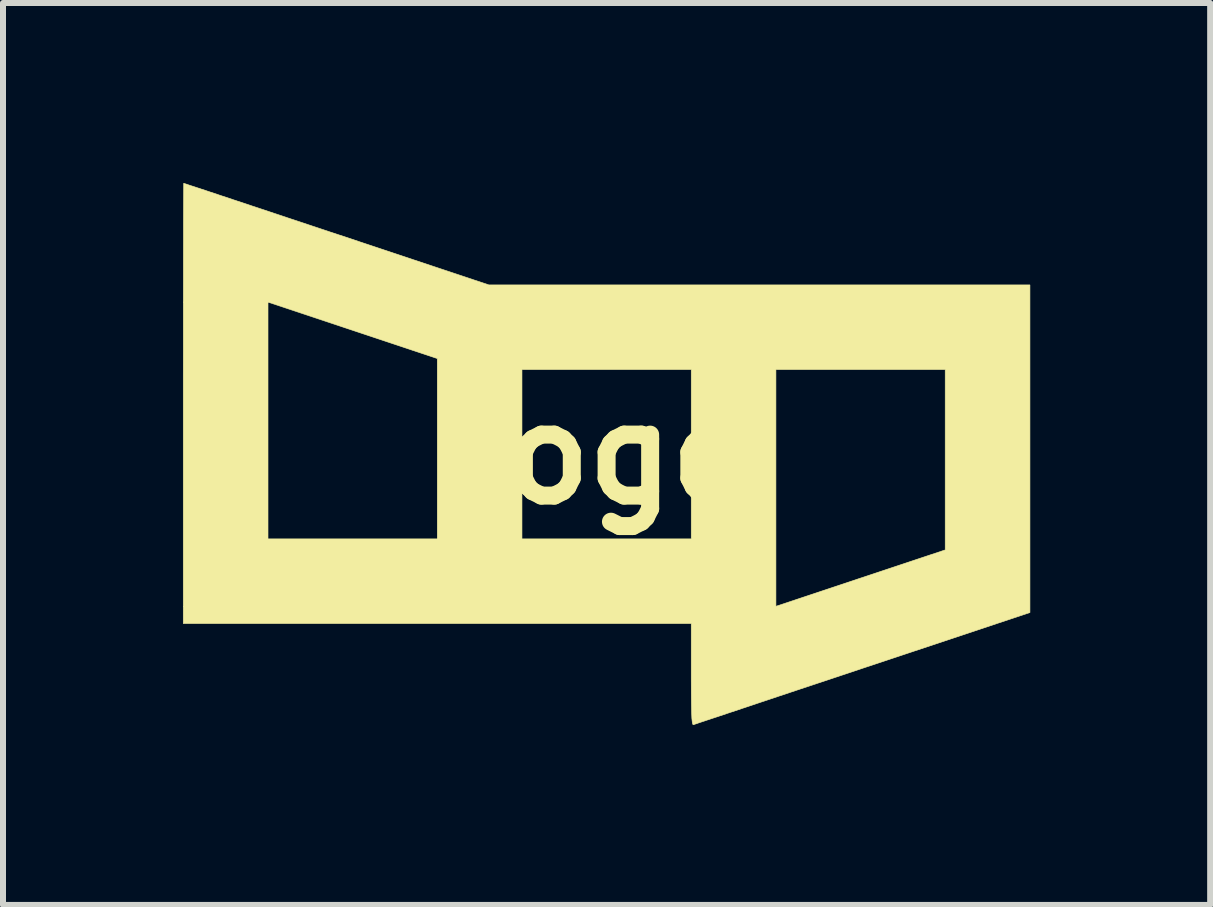
<source format=kicad_pcb>
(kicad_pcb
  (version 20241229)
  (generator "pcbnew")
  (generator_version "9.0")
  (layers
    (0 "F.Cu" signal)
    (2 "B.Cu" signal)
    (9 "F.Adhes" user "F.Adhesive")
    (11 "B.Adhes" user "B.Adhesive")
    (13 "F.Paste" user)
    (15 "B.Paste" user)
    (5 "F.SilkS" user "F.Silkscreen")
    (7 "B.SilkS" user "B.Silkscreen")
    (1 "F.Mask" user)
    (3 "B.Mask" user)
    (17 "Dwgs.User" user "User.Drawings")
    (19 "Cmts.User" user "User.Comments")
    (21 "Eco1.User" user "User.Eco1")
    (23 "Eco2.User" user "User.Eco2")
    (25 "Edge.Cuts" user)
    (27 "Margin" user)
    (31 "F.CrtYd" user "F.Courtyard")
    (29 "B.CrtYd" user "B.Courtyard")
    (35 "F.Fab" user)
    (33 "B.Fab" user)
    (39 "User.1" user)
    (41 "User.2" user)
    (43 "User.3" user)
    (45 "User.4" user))
  (footprint "logo"
    (layer "F.Cu")
    (at 7.061 4.521)
    (property "Reference" "logo" (at 0 0 0) (layer "F.SilkS") (effects (font (size 1.524 1.524) (thickness 0.3))))
    (attr through_hole)
    (fp_poly (pts (xy -7.021 -4.507) (xy -6.944 -4.481) (xy -6.821 -4.441) (xy -6.655 -4.386) (xy -6.451 -4.318) (xy -6.211 -4.238) (xy -5.94 -4.148) (xy -5.642 -4.049) (xy -5.319 -3.941) (xy -4.976 -3.827) (xy -4.617 -3.707) (xy -4.501 -3.669) (xy -1.962 -2.822) (xy 7.056 -2.822) (xy 7.056 2.639) (xy 4.269 3.567) (xy 3.886 3.695) (xy 3.519 3.817) (xy 3.17 3.933) (xy 2.843 4.042) (xy 2.541 4.143) (xy 2.269 4.234) (xy 2.029 4.314) (xy 1.826 4.382) (xy 1.662 4.436) (xy 1.542 4.476) (xy 1.469 4.501) (xy 1.446 4.509) (xy 1.436 4.501) (xy 1.428 4.467) (xy 1.421 4.401) (xy 1.417 4.3) (xy 1.414 4.157) (xy 1.412 3.968) (xy 1.411 3.729) (xy 1.411 3.672) (xy 1.411 2.822) (xy -7.056 2.822) (xy -7.056 1.411) (xy -5.644 1.411) (xy -2.822 1.411) (xy -2.822 -1.411) (xy -1.411 -1.411) (xy -1.411 1.411) (xy 1.411 1.411) (xy 1.411 -1.411) (xy 2.822 -1.411) (xy 2.822 2.535) (xy 4.233 2.065) (xy 5.644 1.595) (xy 5.644 -1.411) (xy 2.822 -1.411) (xy 1.411 -1.411) (xy -1.411 -1.411) (xy -2.822 -1.411) (xy -2.822 -1.595) (xy -5.644 -2.535) (xy -5.644 1.411) (xy -7.056 1.411) (xy -7.056 -0.847) (xy -7.056 -1.297) (xy -7.055 -1.731) (xy -7.055 -2.146) (xy -7.055 -2.539) (xy -7.054 -2.906) (xy -7.054 -3.243) (xy -7.053 -3.549) (xy -7.053 -3.818) (xy -7.052 -4.049) (xy -7.051 -4.237) (xy -7.05 -4.379) (xy -7.049 -4.473) (xy -7.049 -4.514) (xy -7.048 -4.516) (xy -7.021 -4.507)) (stroke (width 0.01) (type solid)) (fill yes) (layer "F.SilkS")))
  (gr_rect
    (start -3 -3)
    (end 17.121 12.034)
    (stroke (width 0.1) (type default))
    (fill no)
    (layer "Edge.Cuts")))
</source>
